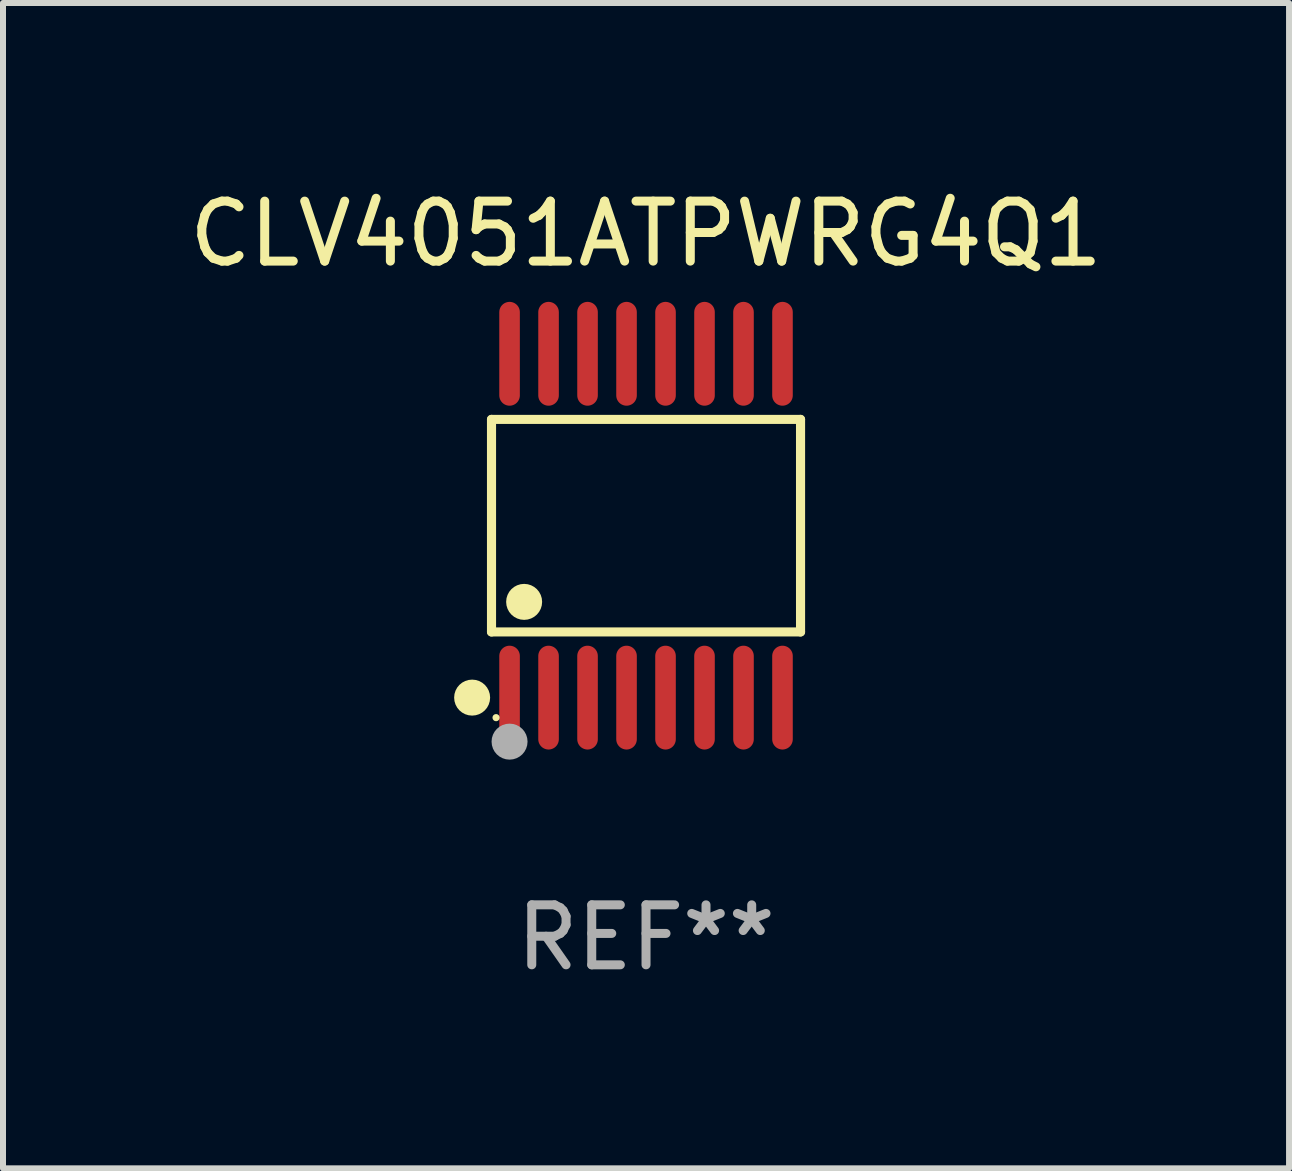
<source format=kicad_pcb>
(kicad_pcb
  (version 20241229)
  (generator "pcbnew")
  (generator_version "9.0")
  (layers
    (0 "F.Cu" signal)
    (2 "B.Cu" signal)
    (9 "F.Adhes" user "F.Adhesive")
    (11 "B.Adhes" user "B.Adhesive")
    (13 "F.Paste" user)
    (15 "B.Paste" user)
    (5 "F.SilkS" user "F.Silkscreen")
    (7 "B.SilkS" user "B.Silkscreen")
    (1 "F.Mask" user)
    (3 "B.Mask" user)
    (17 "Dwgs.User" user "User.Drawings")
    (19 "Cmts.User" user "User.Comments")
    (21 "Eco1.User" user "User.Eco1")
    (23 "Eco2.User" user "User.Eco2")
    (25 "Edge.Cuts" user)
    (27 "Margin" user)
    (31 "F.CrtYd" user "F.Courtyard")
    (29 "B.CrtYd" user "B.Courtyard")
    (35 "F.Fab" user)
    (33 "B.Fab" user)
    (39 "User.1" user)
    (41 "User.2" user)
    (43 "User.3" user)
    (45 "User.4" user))
  (footprint "CLV4051ATPWRG4Q1"
    (layer "F.Cu")
    (at 7.72 5.714)
    (property "Reference" "CLV4051ATPWRG4Q1" (at 0 -4.866 0) (layer "F.SilkS") (effects (font (size 1 1) (thickness 0.15))))
    (attr through_hole)
    (fp_line (start -2.576 -1.772) (end 2.576 -1.772) (stroke (width 0.152) (type solid)) (layer "F.SilkS"))
    (fp_line (start -2.576 1.771) (end -2.576 -1.772) (stroke (width 0.152) (type solid)) (layer "F.SilkS"))
    (fp_line (start 2.576 -1.772) (end 2.576 1.771) (stroke (width 0.152) (type solid)) (layer "F.SilkS"))
    (fp_line (start 2.576 1.771) (end -2.576 1.771) (stroke (width 0.152) (type solid)) (layer "F.SilkS"))
    (fp_circle (center -2.899 2.866) (end -2.749 2.866) (stroke (width 0.3) (type solid)) (fill no) (layer "F.SilkS"))
    (fp_circle (center -2.5 3.2) (end -2.47 3.2) (stroke (width 0.06) (type solid)) (fill no) (layer "F.SilkS"))
    (fp_circle (center -2.032 1.27) (end -1.882 1.27) (stroke (width 0.3) (type solid)) (fill no) (layer "F.SilkS"))
    (fp_circle (center -2.275 3.6) (end -2.125 3.6) (stroke (width 0.3) (type solid)) (fill no) (layer "F.Fab"))
    (fp_text user "REF**" (at 0 6.866 0) (layer "F.Fab") (effects (font (size 1 1) (thickness 0.15))))
    (pad "1" smd oval (at -2.275 2.866) (size 0.343 1.731) (layers "F.Cu" "F.Mask" "F.Paste"))
    (pad "2" smd oval (at -1.625 2.866) (size 0.343 1.731) (layers "F.Cu" "F.Mask" "F.Paste"))
    (pad "3" smd oval (at -0.975 2.866) (size 0.343 1.731) (layers "F.Cu" "F.Mask" "F.Paste"))
    (pad "4" smd oval (at -0.325 2.866) (size 0.343 1.731) (layers "F.Cu" "F.Mask" "F.Paste"))
    (pad "5" smd oval (at 0.325 2.866) (size 0.343 1.731) (layers "F.Cu" "F.Mask" "F.Paste"))
    (pad "6" smd oval (at 0.975 2.866) (size 0.343 1.731) (layers "F.Cu" "F.Mask" "F.Paste"))
    (pad "7" smd oval (at 1.625 2.866) (size 0.343 1.731) (layers "F.Cu" "F.Mask" "F.Paste"))
    (pad "8" smd oval (at 2.275 2.866) (size 0.343 1.731) (layers "F.Cu" "F.Mask" "F.Paste"))
    (pad "9" smd oval (at 2.275 -2.866) (size 0.343 1.731) (layers "F.Cu" "F.Mask" "F.Paste"))
    (pad "10" smd oval (at 1.625 -2.866) (size 0.343 1.731) (layers "F.Cu" "F.Mask" "F.Paste"))
    (pad "11" smd oval (at 0.975 -2.866) (size 0.343 1.731) (layers "F.Cu" "F.Mask" "F.Paste"))
    (pad "12" smd oval (at 0.325 -2.866) (size 0.343 1.731) (layers "F.Cu" "F.Mask" "F.Paste"))
    (pad "13" smd oval (at -0.325 -2.866) (size 0.343 1.731) (layers "F.Cu" "F.Mask" "F.Paste"))
    (pad "14" smd oval (at -0.975 -2.866) (size 0.343 1.731) (layers "F.Cu" "F.Mask" "F.Paste"))
    (pad "15" smd oval (at -1.625 -2.866) (size 0.343 1.731) (layers "F.Cu" "F.Mask" "F.Paste"))
    (pad "16" smd oval (at -2.275 -2.866) (size 0.343 1.731) (layers "F.Cu" "F.Mask" "F.Paste")))
  (gr_rect
    (start -3 -3)
    (end 18.44 16.428)
    (stroke (width 0.1) (type default))
    (fill no)
    (layer "Edge.Cuts")))
</source>
